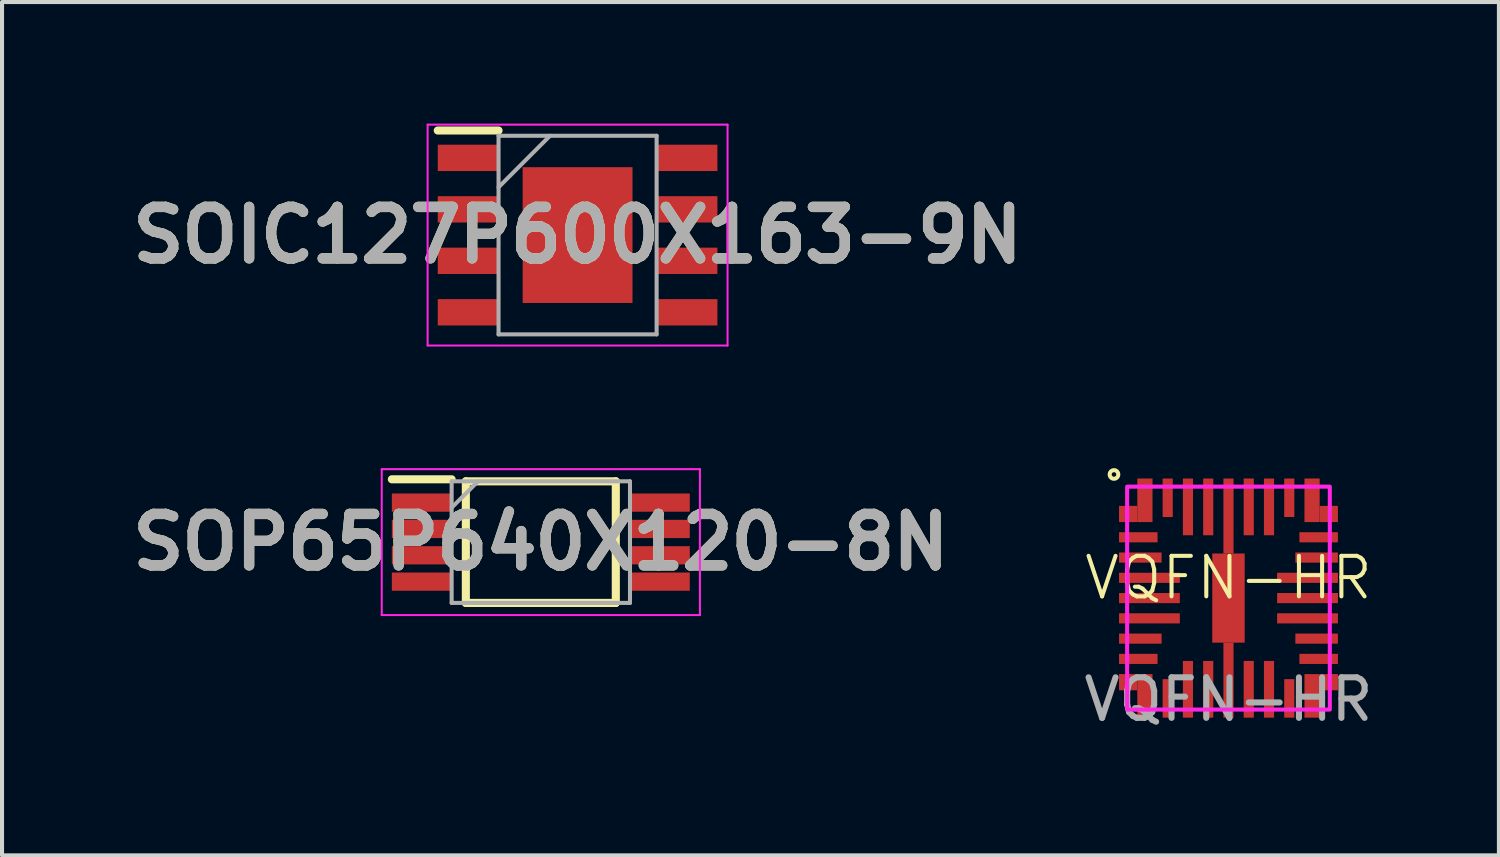
<source format=kicad_pcb>
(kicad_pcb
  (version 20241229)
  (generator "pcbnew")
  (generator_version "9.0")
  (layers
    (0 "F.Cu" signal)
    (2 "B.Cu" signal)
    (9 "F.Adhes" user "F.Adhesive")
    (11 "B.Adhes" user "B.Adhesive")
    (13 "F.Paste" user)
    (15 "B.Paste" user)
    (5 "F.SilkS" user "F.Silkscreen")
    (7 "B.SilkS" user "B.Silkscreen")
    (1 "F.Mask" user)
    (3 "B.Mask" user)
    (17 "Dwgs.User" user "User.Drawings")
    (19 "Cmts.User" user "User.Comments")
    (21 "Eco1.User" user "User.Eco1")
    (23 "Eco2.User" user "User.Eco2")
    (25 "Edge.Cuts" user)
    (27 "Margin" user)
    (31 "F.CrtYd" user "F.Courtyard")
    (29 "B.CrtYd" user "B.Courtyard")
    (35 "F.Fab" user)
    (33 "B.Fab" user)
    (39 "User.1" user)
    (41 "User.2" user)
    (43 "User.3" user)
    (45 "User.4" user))
  (footprint "VQFN-HR"
    (layer "F.Cu")
    (at 27.259 11.706)
    (property "Reference" "VQFN-HR" (at 0 -0.5 0) (unlocked yes) (layer "F.SilkS") (effects (font (size 1 1) (thickness 0.1))))
    (attr smd)
    (fp_circle (center -2.825 -3.05) (end -2.75 -2.975) (stroke (width 0.1) (type default)) (fill no) (layer "F.SilkS"))
    (fp_rect (start -2.5 -2.75) (end 2.5 2.75) (stroke (width 0.1) (type default)) (fill no) (layer "F.CrtYd"))
    (fp_text user "${REFERENCE}" (at 0 2.5 0) (unlocked yes) (layer "F.Fab") (effects (font (size 1 1) (thickness 0.15))))
    (pad "1" smd rect (at -2.475 -2.075 180) (size 0.45 0.4) (layers "F.Cu" "F.Mask" "F.Paste"))
    (pad "1" smd custom (at -2.062 -2.413 180) (size 0.375 1.075) (layers "F.Cu" "F.Mask" "F.Paste") (options (anchor rect)) (primitives))
    (pad "2" smd rect (at -2.225 -1.5) (size 0.95 0.25) (layers "F.Cu" "F.Mask" "F.Paste"))
    (pad "3" smd rect (at -2.175 -1) (size 1.05 0.25) (layers "F.Cu" "F.Mask" "F.Paste"))
    (pad "4" smd rect (at -1.95 -0.5) (size 1.5 0.25) (layers "F.Cu" "F.Mask" "F.Paste"))
    (pad "5" smd rect (at -1.95 0) (size 1.5 0.25) (layers "F.Cu" "F.Mask" "F.Paste"))
    (pad "6" smd rect (at -1.95 0.5) (size 1.5 0.25) (layers "F.Cu" "F.Mask" "F.Paste"))
    (pad "7" smd rect (at -2.175 1) (size 1.05 0.25) (layers "F.Cu" "F.Mask" "F.Paste"))
    (pad "8" smd rect (at -2.225 1.5) (size 0.95 0.25) (layers "F.Cu" "F.Mask" "F.Paste"))
    (pad "9" smd rect (at -2.475 2.075 180) (size 0.45 0.4) (layers "F.Cu" "F.Mask" "F.Paste"))
    (pad "9" smd custom (at -2.062 2.413 180) (size 0.375 1.075) (layers "F.Cu" "F.Mask" "F.Paste") (options (anchor rect)) (primitives))
    (pad "10" smd rect (at -1.5 2.475 90) (size 0.95 0.25) (layers "F.Cu" "F.Mask" "F.Paste"))
    (pad "11" smd rect (at -1 2.25 90) (size 1.4 0.25) (layers "F.Cu" "F.Mask" "F.Paste"))
    (pad "12" smd rect (at -0.5 2.25 90) (size 1.4 0.25) (layers "F.Cu" "F.Mask" "F.Paste"))
    (pad "13" smd rect (at 0 -2.025 90) (size 1.85 0.25) (layers "F.Cu" "F.Mask" "F.Paste"))
    (pad "13" smd rect (at 0 0 90) (size 2.2 0.8) (layers "F.Cu" "F.Mask" "F.Paste"))
    (pad "13" smd rect (at 0 2.025 90) (size 1.85 0.25) (layers "F.Cu" "F.Mask" "F.Paste"))
    (pad "14" smd rect (at 0.5 2.25 90) (size 1.4 0.25) (layers "F.Cu" "F.Mask" "F.Paste"))
    (pad "15" smd rect (at 1 2.25 90) (size 1.4 0.25) (layers "F.Cu" "F.Mask" "F.Paste"))
    (pad "16" smd rect (at 1.5 2.475 90) (size 0.95 0.25) (layers "F.Cu" "F.Mask" "F.Paste"))
    (pad "17" smd custom (at 2.062 2.413 180) (size 0.375 1.075) (layers "F.Cu" "F.Mask" "F.Paste") (options (anchor rect)) (primitives))
    (pad "17" smd rect (at 2.475 2.075 180) (size 0.45 0.4) (layers "F.Cu" "F.Mask" "F.Paste"))
    (pad "18" smd rect (at 2.225 1.5) (size 0.95 0.25) (layers "F.Cu" "F.Mask" "F.Paste"))
    (pad "19" smd rect (at 2.175 1) (size 1.05 0.25) (layers "F.Cu" "F.Mask" "F.Paste"))
    (pad "20" smd rect (at 1.95 0.5) (size 1.5 0.25) (layers "F.Cu" "F.Mask" "F.Paste"))
    (pad "21" smd rect (at 1.95 0) (size 1.5 0.25) (layers "F.Cu" "F.Mask" "F.Paste"))
    (pad "22" smd rect (at 1.95 -0.5) (size 1.5 0.25) (layers "F.Cu" "F.Mask" "F.Paste"))
    (pad "23" smd rect (at 2.175 -1) (size 1.05 0.25) (layers "F.Cu" "F.Mask" "F.Paste"))
    (pad "24" smd rect (at 2.225 -1.5) (size 0.95 0.25) (layers "F.Cu" "F.Mask" "F.Paste"))
    (pad "25" smd custom (at 2.062 -2.413 180) (size 0.375 1.075) (layers "F.Cu" "F.Mask" "F.Paste") (options (anchor rect)) (primitives))
    (pad "25" smd rect (at 2.475 -2.075 180) (size 0.45 0.4) (layers "F.Cu" "F.Mask" "F.Paste"))
    (pad "26" smd rect (at 1.5 -2.475 90) (size 0.95 0.25) (layers "F.Cu" "F.Mask" "F.Paste"))
    (pad "27" smd rect (at 1 -2.25 90) (size 1.4 0.25) (layers "F.Cu" "F.Mask" "F.Paste"))
    (pad "28" smd rect (at 0.5 -2.25 90) (size 1.4 0.25) (layers "F.Cu" "F.Mask" "F.Paste"))
    (pad "30" smd rect (at -0.5 -2.25 90) (size 1.4 0.25) (layers "F.Cu" "F.Mask" "F.Paste"))
    (pad "31" smd rect (at -1 -2.25 90) (size 1.4 0.25) (layers "F.Cu" "F.Mask" "F.Paste"))
    (pad "32" smd rect (at -1.5 -2.475 90) (size 0.95 0.25) (layers "F.Cu" "F.Mask" "F.Paste")))
  (footprint "SOP65P640X120-8N"
    (layer "F.Cu")
    (at 10.293 10.325)
    (property "Reference" "SOP65P640X120-8N" (at 0 0 0) (layer "F.SilkS") (effects (font (size 1.27 1.27) (thickness 0.254))))
    (attr smd)
    (fp_line (start -3.675 -1.55) (end -2.2 -1.55) (stroke (width 0.2) (type solid)) (layer "F.SilkS"))
    (fp_line (start -1.85 -1.5) (end 1.85 -1.5) (stroke (width 0.2) (type solid)) (layer "F.SilkS"))
    (fp_line (start -1.85 1.5) (end -1.85 -1.5) (stroke (width 0.2) (type solid)) (layer "F.SilkS"))
    (fp_line (start 1.85 -1.5) (end 1.85 1.5) (stroke (width 0.2) (type solid)) (layer "F.SilkS"))
    (fp_line (start 1.85 1.5) (end -1.85 1.5) (stroke (width 0.2) (type solid)) (layer "F.SilkS"))
    (fp_line (start -3.925 -1.8) (end 3.925 -1.8) (stroke (width 0.05) (type solid)) (layer "F.CrtYd"))
    (fp_line (start -3.925 1.8) (end -3.925 -1.8) (stroke (width 0.05) (type solid)) (layer "F.CrtYd"))
    (fp_line (start 3.925 -1.8) (end 3.925 1.8) (stroke (width 0.05) (type solid)) (layer "F.CrtYd"))
    (fp_line (start 3.925 1.8) (end -3.925 1.8) (stroke (width 0.05) (type solid)) (layer "F.CrtYd"))
    (fp_line (start -2.2 -1.5) (end 2.2 -1.5) (stroke (width 0.1) (type solid)) (layer "F.Fab"))
    (fp_line (start -2.2 -0.85) (end -1.55 -1.5) (stroke (width 0.1) (type solid)) (layer "F.Fab"))
    (fp_line (start -2.2 1.5) (end -2.2 -1.5) (stroke (width 0.1) (type solid)) (layer "F.Fab"))
    (fp_line (start 2.2 -1.5) (end 2.2 1.5) (stroke (width 0.1) (type solid)) (layer "F.Fab"))
    (fp_line (start 2.2 1.5) (end -2.2 1.5) (stroke (width 0.1) (type solid)) (layer "F.Fab"))
    (fp_text user "${REFERENCE}" (at 0 0 0) (layer "F.Fab") (effects (font (size 1.27 1.27) (thickness 0.254))))
    (pad "1" smd rect (at -2.938 -0.975 90) (size 0.45 1.475) (layers "F.Cu" "F.Mask" "F.Paste"))
    (pad "2" smd rect (at -2.938 -0.325 90) (size 0.45 1.475) (layers "F.Cu" "F.Mask" "F.Paste"))
    (pad "3" smd rect (at -2.938 0.325 90) (size 0.45 1.475) (layers "F.Cu" "F.Mask" "F.Paste"))
    (pad "4" smd rect (at -2.938 0.975 90) (size 0.45 1.475) (layers "F.Cu" "F.Mask" "F.Paste"))
    (pad "5" smd rect (at 2.938 0.975 90) (size 0.45 1.475) (layers "F.Cu" "F.Mask" "F.Paste"))
    (pad "6" smd rect (at 2.938 0.325 90) (size 0.45 1.475) (layers "F.Cu" "F.Mask" "F.Paste"))
    (pad "7" smd rect (at 2.938 -0.325 90) (size 0.45 1.475) (layers "F.Cu" "F.Mask" "F.Paste"))
    (pad "8" smd rect (at 2.938 -0.975 90) (size 0.45 1.475) (layers "F.Cu" "F.Mask" "F.Paste")))
  (footprint "SOIC127P600X163-9N"
    (layer "F.Cu")
    (at 11.2 2.75)
    (property "Reference" "SOIC127P600X163-9N" (at 0 0 0) (layer "F.SilkS") (effects (font (size 1.27 1.27) (thickness 0.254))))
    (attr smd)
    (fp_line (start -3.45 -2.58) (end -1.95 -2.58) (stroke (width 0.2) (type solid)) (layer "F.SilkS"))
    (fp_line (start -3.7 -2.725) (end 3.7 -2.725) (stroke (width 0.05) (type solid)) (layer "F.CrtYd"))
    (fp_line (start -3.7 2.725) (end -3.7 -2.725) (stroke (width 0.05) (type solid)) (layer "F.CrtYd"))
    (fp_line (start 3.7 -2.725) (end 3.7 2.725) (stroke (width 0.05) (type solid)) (layer "F.CrtYd"))
    (fp_line (start 3.7 2.725) (end -3.7 2.725) (stroke (width 0.05) (type solid)) (layer "F.CrtYd"))
    (fp_line (start -1.95 -2.45) (end 1.95 -2.45) (stroke (width 0.1) (type solid)) (layer "F.Fab"))
    (fp_line (start -1.95 -1.18) (end -0.68 -2.45) (stroke (width 0.1) (type solid)) (layer "F.Fab"))
    (fp_line (start -1.95 2.45) (end -1.95 -2.45) (stroke (width 0.1) (type solid)) (layer "F.Fab"))
    (fp_line (start 1.95 -2.45) (end 1.95 2.45) (stroke (width 0.1) (type solid)) (layer "F.Fab"))
    (fp_line (start 1.95 2.45) (end -1.95 2.45) (stroke (width 0.1) (type solid)) (layer "F.Fab"))
    (fp_text user "${REFERENCE}" (at 0 0 0) (layer "F.Fab") (effects (font (size 1.27 1.27) (thickness 0.254))))
    (pad "1" smd rect (at -2.7 -1.905 90) (size 0.65 1.5) (layers "F.Cu" "F.Mask" "F.Paste"))
    (pad "2" smd rect (at -2.7 -0.635 90) (size 0.65 1.5) (layers "F.Cu" "F.Mask" "F.Paste"))
    (pad "3" smd rect (at -2.7 0.635 90) (size 0.65 1.5) (layers "F.Cu" "F.Mask" "F.Paste"))
    (pad "4" smd rect (at -2.7 1.905 90) (size 0.65 1.5) (layers "F.Cu" "F.Mask" "F.Paste"))
    (pad "5" smd rect (at 2.7 1.905 90) (size 0.65 1.5) (layers "F.Cu" "F.Mask" "F.Paste"))
    (pad "6" smd rect (at 2.7 0.635 90) (size 0.65 1.5) (layers "F.Cu" "F.Mask" "F.Paste"))
    (pad "7" smd rect (at 2.7 -0.635 90) (size 0.65 1.5) (layers "F.Cu" "F.Mask" "F.Paste"))
    (pad "8" smd rect (at 2.7 -1.905 90) (size 0.65 1.5) (layers "F.Cu" "F.Mask" "F.Paste"))
    (pad "9" smd rect (at 0 0) (size 2.71 3.35) (layers "F.Cu" "F.Mask" "F.Paste")))
  (gr_rect
    (start -3 -3)
    (end 33.931 18.054)
    (stroke (width 0.1) (type default))
    (fill no)
    (layer "Edge.Cuts")))
</source>
